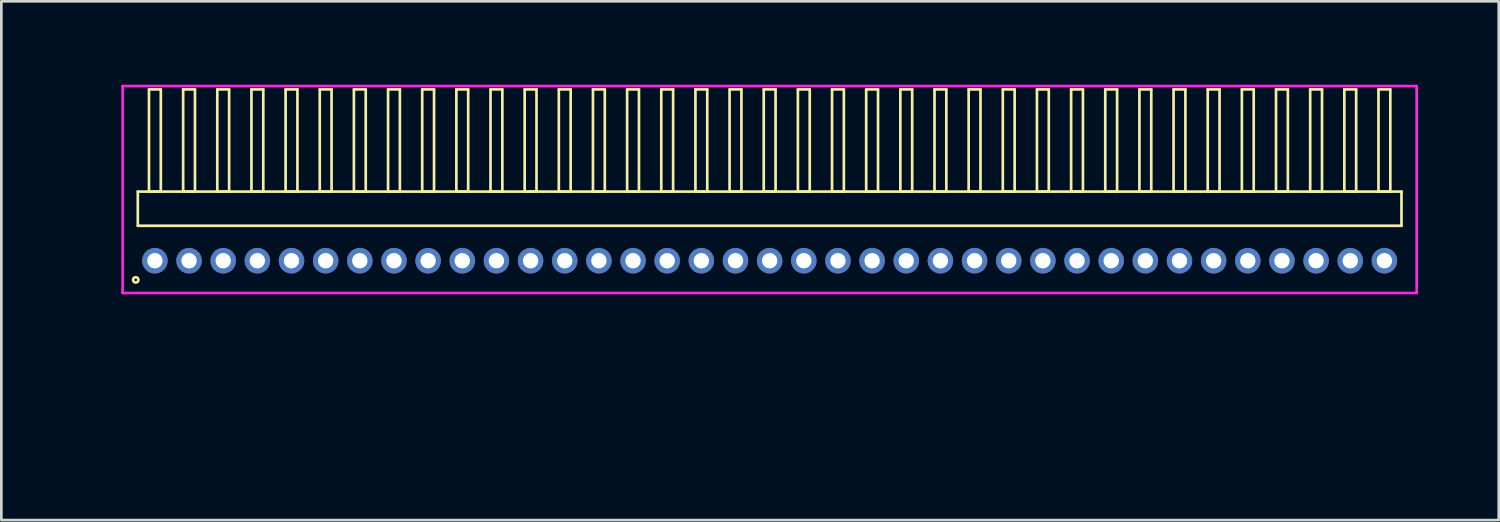
<source format=kicad_pcb>
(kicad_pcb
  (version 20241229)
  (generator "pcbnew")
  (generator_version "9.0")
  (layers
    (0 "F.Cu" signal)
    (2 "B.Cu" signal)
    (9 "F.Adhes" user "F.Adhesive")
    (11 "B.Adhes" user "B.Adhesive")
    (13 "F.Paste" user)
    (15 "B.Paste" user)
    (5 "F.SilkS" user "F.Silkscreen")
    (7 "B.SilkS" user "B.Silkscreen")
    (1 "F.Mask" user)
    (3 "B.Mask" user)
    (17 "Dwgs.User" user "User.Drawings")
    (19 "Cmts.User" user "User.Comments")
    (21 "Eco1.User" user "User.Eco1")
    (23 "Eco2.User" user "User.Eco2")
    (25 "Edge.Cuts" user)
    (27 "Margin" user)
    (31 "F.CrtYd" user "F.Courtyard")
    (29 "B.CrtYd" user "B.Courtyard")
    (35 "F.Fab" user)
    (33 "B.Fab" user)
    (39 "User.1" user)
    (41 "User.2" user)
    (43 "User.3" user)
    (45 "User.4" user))
  (footprint "HDR_RA127P37x1"
    (layer "F.Cu")
    (at 25.57 6.645)
    (property "Reference" "HDR_RA127P37x1" (at -24.81 0 90) (layer "User.1") (effects (font (size 1 1) (thickness 0.1))))
    (attr through_hole)
    (fp_line (start -23.495 -2.57) (end -23.495 -1.3) (stroke (width 0.1) (type solid)) (layer "F.SilkS"))
    (fp_line (start -23.495 -1.3) (end 23.495 -1.3) (stroke (width 0.1) (type solid)) (layer "F.SilkS"))
    (fp_line (start -23.08 -6.37) (end -23.08 -2.57) (stroke (width 0.1) (type solid)) (layer "F.SilkS"))
    (fp_line (start -23.08 -2.57) (end -22.64 -2.57) (stroke (width 0.1) (type solid)) (layer "F.SilkS"))
    (fp_line (start -22.64 -6.37) (end -23.08 -6.37) (stroke (width 0.1) (type solid)) (layer "F.SilkS"))
    (fp_line (start -22.64 -2.57) (end -22.64 -6.37) (stroke (width 0.1) (type solid)) (layer "F.SilkS"))
    (fp_line (start -21.81 -6.37) (end -21.81 -2.57) (stroke (width 0.1) (type solid)) (layer "F.SilkS"))
    (fp_line (start -21.81 -2.57) (end -21.37 -2.57) (stroke (width 0.1) (type solid)) (layer "F.SilkS"))
    (fp_line (start -21.37 -6.37) (end -21.81 -6.37) (stroke (width 0.1) (type solid)) (layer "F.SilkS"))
    (fp_line (start -21.37 -2.57) (end -21.37 -6.37) (stroke (width 0.1) (type solid)) (layer "F.SilkS"))
    (fp_line (start -20.54 -6.37) (end -20.54 -2.57) (stroke (width 0.1) (type solid)) (layer "F.SilkS"))
    (fp_line (start -20.54 -2.57) (end -20.1 -2.57) (stroke (width 0.1) (type solid)) (layer "F.SilkS"))
    (fp_line (start -20.1 -6.37) (end -20.54 -6.37) (stroke (width 0.1) (type solid)) (layer "F.SilkS"))
    (fp_line (start -20.1 -2.57) (end -20.1 -6.37) (stroke (width 0.1) (type solid)) (layer "F.SilkS"))
    (fp_line (start -19.27 -6.37) (end -19.27 -2.57) (stroke (width 0.1) (type solid)) (layer "F.SilkS"))
    (fp_line (start -19.27 -2.57) (end -18.83 -2.57) (stroke (width 0.1) (type solid)) (layer "F.SilkS"))
    (fp_line (start -18.83 -6.37) (end -19.27 -6.37) (stroke (width 0.1) (type solid)) (layer "F.SilkS"))
    (fp_line (start -18.83 -2.57) (end -18.83 -6.37) (stroke (width 0.1) (type solid)) (layer "F.SilkS"))
    (fp_line (start -18 -6.37) (end -18 -2.57) (stroke (width 0.1) (type solid)) (layer "F.SilkS"))
    (fp_line (start -18 -2.57) (end -17.56 -2.57) (stroke (width 0.1) (type solid)) (layer "F.SilkS"))
    (fp_line (start -17.56 -6.37) (end -18 -6.37) (stroke (width 0.1) (type solid)) (layer "F.SilkS"))
    (fp_line (start -17.56 -2.57) (end -17.56 -6.37) (stroke (width 0.1) (type solid)) (layer "F.SilkS"))
    (fp_line (start -16.73 -6.37) (end -16.73 -2.57) (stroke (width 0.1) (type solid)) (layer "F.SilkS"))
    (fp_line (start -16.73 -2.57) (end -16.29 -2.57) (stroke (width 0.1) (type solid)) (layer "F.SilkS"))
    (fp_line (start -16.29 -6.37) (end -16.73 -6.37) (stroke (width 0.1) (type solid)) (layer "F.SilkS"))
    (fp_line (start -16.29 -2.57) (end -16.29 -6.37) (stroke (width 0.1) (type solid)) (layer "F.SilkS"))
    (fp_line (start -15.46 -6.37) (end -15.46 -2.57) (stroke (width 0.1) (type solid)) (layer "F.SilkS"))
    (fp_line (start -15.46 -2.57) (end -15.02 -2.57) (stroke (width 0.1) (type solid)) (layer "F.SilkS"))
    (fp_line (start -15.02 -6.37) (end -15.46 -6.37) (stroke (width 0.1) (type solid)) (layer "F.SilkS"))
    (fp_line (start -15.02 -2.57) (end -15.02 -6.37) (stroke (width 0.1) (type solid)) (layer "F.SilkS"))
    (fp_line (start -14.19 -6.37) (end -14.19 -2.57) (stroke (width 0.1) (type solid)) (layer "F.SilkS"))
    (fp_line (start -14.19 -2.57) (end -13.75 -2.57) (stroke (width 0.1) (type solid)) (layer "F.SilkS"))
    (fp_line (start -13.75 -6.37) (end -14.19 -6.37) (stroke (width 0.1) (type solid)) (layer "F.SilkS"))
    (fp_line (start -13.75 -2.57) (end -13.75 -6.37) (stroke (width 0.1) (type solid)) (layer "F.SilkS"))
    (fp_line (start -12.92 -6.37) (end -12.92 -2.57) (stroke (width 0.1) (type solid)) (layer "F.SilkS"))
    (fp_line (start -12.92 -2.57) (end -12.48 -2.57) (stroke (width 0.1) (type solid)) (layer "F.SilkS"))
    (fp_line (start -12.48 -6.37) (end -12.92 -6.37) (stroke (width 0.1) (type solid)) (layer "F.SilkS"))
    (fp_line (start -12.48 -2.57) (end -12.48 -6.37) (stroke (width 0.1) (type solid)) (layer "F.SilkS"))
    (fp_line (start -11.65 -6.37) (end -11.65 -2.57) (stroke (width 0.1) (type solid)) (layer "F.SilkS"))
    (fp_line (start -11.65 -2.57) (end -11.21 -2.57) (stroke (width 0.1) (type solid)) (layer "F.SilkS"))
    (fp_line (start -11.21 -6.37) (end -11.65 -6.37) (stroke (width 0.1) (type solid)) (layer "F.SilkS"))
    (fp_line (start -11.21 -2.57) (end -11.21 -6.37) (stroke (width 0.1) (type solid)) (layer "F.SilkS"))
    (fp_line (start -10.38 -6.37) (end -10.38 -2.57) (stroke (width 0.1) (type solid)) (layer "F.SilkS"))
    (fp_line (start -10.38 -2.57) (end -9.94 -2.57) (stroke (width 0.1) (type solid)) (layer "F.SilkS"))
    (fp_line (start -9.94 -6.37) (end -10.38 -6.37) (stroke (width 0.1) (type solid)) (layer "F.SilkS"))
    (fp_line (start -9.94 -2.57) (end -9.94 -6.37) (stroke (width 0.1) (type solid)) (layer "F.SilkS"))
    (fp_line (start -9.11 -6.37) (end -9.11 -2.57) (stroke (width 0.1) (type solid)) (layer "F.SilkS"))
    (fp_line (start -9.11 -2.57) (end -8.67 -2.57) (stroke (width 0.1) (type solid)) (layer "F.SilkS"))
    (fp_line (start -8.67 -6.37) (end -9.11 -6.37) (stroke (width 0.1) (type solid)) (layer "F.SilkS"))
    (fp_line (start -8.67 -2.57) (end -8.67 -6.37) (stroke (width 0.1) (type solid)) (layer "F.SilkS"))
    (fp_line (start -7.84 -6.37) (end -7.84 -2.57) (stroke (width 0.1) (type solid)) (layer "F.SilkS"))
    (fp_line (start -7.84 -2.57) (end -7.4 -2.57) (stroke (width 0.1) (type solid)) (layer "F.SilkS"))
    (fp_line (start -7.4 -6.37) (end -7.84 -6.37) (stroke (width 0.1) (type solid)) (layer "F.SilkS"))
    (fp_line (start -7.4 -2.57) (end -7.4 -6.37) (stroke (width 0.1) (type solid)) (layer "F.SilkS"))
    (fp_line (start -6.57 -6.37) (end -6.57 -2.57) (stroke (width 0.1) (type solid)) (layer "F.SilkS"))
    (fp_line (start -6.57 -2.57) (end -6.13 -2.57) (stroke (width 0.1) (type solid)) (layer "F.SilkS"))
    (fp_line (start -6.13 -6.37) (end -6.57 -6.37) (stroke (width 0.1) (type solid)) (layer "F.SilkS"))
    (fp_line (start -6.13 -2.57) (end -6.13 -6.37) (stroke (width 0.1) (type solid)) (layer "F.SilkS"))
    (fp_line (start -5.3 -6.37) (end -5.3 -2.57) (stroke (width 0.1) (type solid)) (layer "F.SilkS"))
    (fp_line (start -5.3 -2.57) (end -4.86 -2.57) (stroke (width 0.1) (type solid)) (layer "F.SilkS"))
    (fp_line (start -4.86 -6.37) (end -5.3 -6.37) (stroke (width 0.1) (type solid)) (layer "F.SilkS"))
    (fp_line (start -4.86 -2.57) (end -4.86 -6.37) (stroke (width 0.1) (type solid)) (layer "F.SilkS"))
    (fp_line (start -4.03 -6.37) (end -4.03 -2.57) (stroke (width 0.1) (type solid)) (layer "F.SilkS"))
    (fp_line (start -4.03 -2.57) (end -3.59 -2.57) (stroke (width 0.1) (type solid)) (layer "F.SilkS"))
    (fp_line (start -3.59 -6.37) (end -4.03 -6.37) (stroke (width 0.1) (type solid)) (layer "F.SilkS"))
    (fp_line (start -3.59 -2.57) (end -3.59 -6.37) (stroke (width 0.1) (type solid)) (layer "F.SilkS"))
    (fp_line (start -2.76 -6.37) (end -2.76 -2.57) (stroke (width 0.1) (type solid)) (layer "F.SilkS"))
    (fp_line (start -2.76 -2.57) (end -2.32 -2.57) (stroke (width 0.1) (type solid)) (layer "F.SilkS"))
    (fp_line (start -2.32 -6.37) (end -2.76 -6.37) (stroke (width 0.1) (type solid)) (layer "F.SilkS"))
    (fp_line (start -2.32 -2.57) (end -2.32 -6.37) (stroke (width 0.1) (type solid)) (layer "F.SilkS"))
    (fp_line (start -1.49 -6.37) (end -1.49 -2.57) (stroke (width 0.1) (type solid)) (layer "F.SilkS"))
    (fp_line (start -1.49 -2.57) (end -1.05 -2.57) (stroke (width 0.1) (type solid)) (layer "F.SilkS"))
    (fp_line (start -1.05 -6.37) (end -1.49 -6.37) (stroke (width 0.1) (type solid)) (layer "F.SilkS"))
    (fp_line (start -1.05 -2.57) (end -1.05 -6.37) (stroke (width 0.1) (type solid)) (layer "F.SilkS"))
    (fp_line (start -0.22 -6.37) (end -0.22 -2.57) (stroke (width 0.1) (type solid)) (layer "F.SilkS"))
    (fp_line (start -0.22 -2.57) (end 0.22 -2.57) (stroke (width 0.1) (type solid)) (layer "F.SilkS"))
    (fp_line (start 0.22 -6.37) (end -0.22 -6.37) (stroke (width 0.1) (type solid)) (layer "F.SilkS"))
    (fp_line (start 0.22 -2.57) (end 0.22 -6.37) (stroke (width 0.1) (type solid)) (layer "F.SilkS"))
    (fp_line (start 1.05 -6.37) (end 1.05 -2.57) (stroke (width 0.1) (type solid)) (layer "F.SilkS"))
    (fp_line (start 1.05 -2.57) (end 1.49 -2.57) (stroke (width 0.1) (type solid)) (layer "F.SilkS"))
    (fp_line (start 1.49 -6.37) (end 1.05 -6.37) (stroke (width 0.1) (type solid)) (layer "F.SilkS"))
    (fp_line (start 1.49 -2.57) (end 1.49 -6.37) (stroke (width 0.1) (type solid)) (layer "F.SilkS"))
    (fp_line (start 2.32 -6.37) (end 2.32 -2.57) (stroke (width 0.1) (type solid)) (layer "F.SilkS"))
    (fp_line (start 2.32 -2.57) (end 2.76 -2.57) (stroke (width 0.1) (type solid)) (layer "F.SilkS"))
    (fp_line (start 2.76 -6.37) (end 2.32 -6.37) (stroke (width 0.1) (type solid)) (layer "F.SilkS"))
    (fp_line (start 2.76 -2.57) (end 2.76 -6.37) (stroke (width 0.1) (type solid)) (layer "F.SilkS"))
    (fp_line (start 3.59 -6.37) (end 3.59 -2.57) (stroke (width 0.1) (type solid)) (layer "F.SilkS"))
    (fp_line (start 3.59 -2.57) (end 4.03 -2.57) (stroke (width 0.1) (type solid)) (layer "F.SilkS"))
    (fp_line (start 4.03 -6.37) (end 3.59 -6.37) (stroke (width 0.1) (type solid)) (layer "F.SilkS"))
    (fp_line (start 4.03 -2.57) (end 4.03 -6.37) (stroke (width 0.1) (type solid)) (layer "F.SilkS"))
    (fp_line (start 4.86 -6.37) (end 4.86 -2.57) (stroke (width 0.1) (type solid)) (layer "F.SilkS"))
    (fp_line (start 4.86 -2.57) (end 5.3 -2.57) (stroke (width 0.1) (type solid)) (layer "F.SilkS"))
    (fp_line (start 5.3 -6.37) (end 4.86 -6.37) (stroke (width 0.1) (type solid)) (layer "F.SilkS"))
    (fp_line (start 5.3 -2.57) (end 5.3 -6.37) (stroke (width 0.1) (type solid)) (layer "F.SilkS"))
    (fp_line (start 6.13 -6.37) (end 6.13 -2.57) (stroke (width 0.1) (type solid)) (layer "F.SilkS"))
    (fp_line (start 6.13 -2.57) (end 6.57 -2.57) (stroke (width 0.1) (type solid)) (layer "F.SilkS"))
    (fp_line (start 6.57 -6.37) (end 6.13 -6.37) (stroke (width 0.1) (type solid)) (layer "F.SilkS"))
    (fp_line (start 6.57 -2.57) (end 6.57 -6.37) (stroke (width 0.1) (type solid)) (layer "F.SilkS"))
    (fp_line (start 7.4 -6.37) (end 7.4 -2.57) (stroke (width 0.1) (type solid)) (layer "F.SilkS"))
    (fp_line (start 7.4 -2.57) (end 7.84 -2.57) (stroke (width 0.1) (type solid)) (layer "F.SilkS"))
    (fp_line (start 7.84 -6.37) (end 7.4 -6.37) (stroke (width 0.1) (type solid)) (layer "F.SilkS"))
    (fp_line (start 7.84 -2.57) (end 7.84 -6.37) (stroke (width 0.1) (type solid)) (layer "F.SilkS"))
    (fp_line (start 8.67 -6.37) (end 8.67 -2.57) (stroke (width 0.1) (type solid)) (layer "F.SilkS"))
    (fp_line (start 8.67 -2.57) (end 9.11 -2.57) (stroke (width 0.1) (type solid)) (layer "F.SilkS"))
    (fp_line (start 9.11 -6.37) (end 8.67 -6.37) (stroke (width 0.1) (type solid)) (layer "F.SilkS"))
    (fp_line (start 9.11 -2.57) (end 9.11 -6.37) (stroke (width 0.1) (type solid)) (layer "F.SilkS"))
    (fp_line (start 9.94 -6.37) (end 9.94 -2.57) (stroke (width 0.1) (type solid)) (layer "F.SilkS"))
    (fp_line (start 9.94 -2.57) (end 10.38 -2.57) (stroke (width 0.1) (type solid)) (layer "F.SilkS"))
    (fp_line (start 10.38 -6.37) (end 9.94 -6.37) (stroke (width 0.1) (type solid)) (layer "F.SilkS"))
    (fp_line (start 10.38 -2.57) (end 10.38 -6.37) (stroke (width 0.1) (type solid)) (layer "F.SilkS"))
    (fp_line (start 11.21 -6.37) (end 11.21 -2.57) (stroke (width 0.1) (type solid)) (layer "F.SilkS"))
    (fp_line (start 11.21 -2.57) (end 11.65 -2.57) (stroke (width 0.1) (type solid)) (layer "F.SilkS"))
    (fp_line (start 11.65 -6.37) (end 11.21 -6.37) (stroke (width 0.1) (type solid)) (layer "F.SilkS"))
    (fp_line (start 11.65 -2.57) (end 11.65 -6.37) (stroke (width 0.1) (type solid)) (layer "F.SilkS"))
    (fp_line (start 12.48 -6.37) (end 12.48 -2.57) (stroke (width 0.1) (type solid)) (layer "F.SilkS"))
    (fp_line (start 12.48 -2.57) (end 12.92 -2.57) (stroke (width 0.1) (type solid)) (layer "F.SilkS"))
    (fp_line (start 12.92 -6.37) (end 12.48 -6.37) (stroke (width 0.1) (type solid)) (layer "F.SilkS"))
    (fp_line (start 12.92 -2.57) (end 12.92 -6.37) (stroke (width 0.1) (type solid)) (layer "F.SilkS"))
    (fp_line (start 13.75 -6.37) (end 13.75 -2.57) (stroke (width 0.1) (type solid)) (layer "F.SilkS"))
    (fp_line (start 13.75 -2.57) (end 14.19 -2.57) (stroke (width 0.1) (type solid)) (layer "F.SilkS"))
    (fp_line (start 14.19 -6.37) (end 13.75 -6.37) (stroke (width 0.1) (type solid)) (layer "F.SilkS"))
    (fp_line (start 14.19 -2.57) (end 14.19 -6.37) (stroke (width 0.1) (type solid)) (layer "F.SilkS"))
    (fp_line (start 15.02 -6.37) (end 15.02 -2.57) (stroke (width 0.1) (type solid)) (layer "F.SilkS"))
    (fp_line (start 15.02 -2.57) (end 15.46 -2.57) (stroke (width 0.1) (type solid)) (layer "F.SilkS"))
    (fp_line (start 15.46 -6.37) (end 15.02 -6.37) (stroke (width 0.1) (type solid)) (layer "F.SilkS"))
    (fp_line (start 15.46 -2.57) (end 15.46 -6.37) (stroke (width 0.1) (type solid)) (layer "F.SilkS"))
    (fp_line (start 16.29 -6.37) (end 16.29 -2.57) (stroke (width 0.1) (type solid)) (layer "F.SilkS"))
    (fp_line (start 16.29 -2.57) (end 16.73 -2.57) (stroke (width 0.1) (type solid)) (layer "F.SilkS"))
    (fp_line (start 16.73 -6.37) (end 16.29 -6.37) (stroke (width 0.1) (type solid)) (layer "F.SilkS"))
    (fp_line (start 16.73 -2.57) (end 16.73 -6.37) (stroke (width 0.1) (type solid)) (layer "F.SilkS"))
    (fp_line (start 17.56 -6.37) (end 17.56 -2.57) (stroke (width 0.1) (type solid)) (layer "F.SilkS"))
    (fp_line (start 17.56 -2.57) (end 18 -2.57) (stroke (width 0.1) (type solid)) (layer "F.SilkS"))
    (fp_line (start 18 -6.37) (end 17.56 -6.37) (stroke (width 0.1) (type solid)) (layer "F.SilkS"))
    (fp_line (start 18 -2.57) (end 18 -6.37) (stroke (width 0.1) (type solid)) (layer "F.SilkS"))
    (fp_line (start 18.83 -6.37) (end 18.83 -2.57) (stroke (width 0.1) (type solid)) (layer "F.SilkS"))
    (fp_line (start 18.83 -2.57) (end 19.27 -2.57) (stroke (width 0.1) (type solid)) (layer "F.SilkS"))
    (fp_line (start 19.27 -6.37) (end 18.83 -6.37) (stroke (width 0.1) (type solid)) (layer "F.SilkS"))
    (fp_line (start 19.27 -2.57) (end 19.27 -6.37) (stroke (width 0.1) (type solid)) (layer "F.SilkS"))
    (fp_line (start 20.1 -6.37) (end 20.1 -2.57) (stroke (width 0.1) (type solid)) (layer "F.SilkS"))
    (fp_line (start 20.1 -2.57) (end 20.54 -2.57) (stroke (width 0.1) (type solid)) (layer "F.SilkS"))
    (fp_line (start 20.54 -6.37) (end 20.1 -6.37) (stroke (width 0.1) (type solid)) (layer "F.SilkS"))
    (fp_line (start 20.54 -2.57) (end 20.54 -6.37) (stroke (width 0.1) (type solid)) (layer "F.SilkS"))
    (fp_line (start 21.37 -6.37) (end 21.37 -2.57) (stroke (width 0.1) (type solid)) (layer "F.SilkS"))
    (fp_line (start 21.37 -2.57) (end 21.81 -2.57) (stroke (width 0.1) (type solid)) (layer "F.SilkS"))
    (fp_line (start 21.81 -6.37) (end 21.37 -6.37) (stroke (width 0.1) (type solid)) (layer "F.SilkS"))
    (fp_line (start 21.81 -2.57) (end 21.81 -6.37) (stroke (width 0.1) (type solid)) (layer "F.SilkS"))
    (fp_line (start 22.64 -6.37) (end 22.64 -2.57) (stroke (width 0.1) (type solid)) (layer "F.SilkS"))
    (fp_line (start 22.64 -2.57) (end 23.08 -2.57) (stroke (width 0.1) (type solid)) (layer "F.SilkS"))
    (fp_line (start 23.08 -6.37) (end 22.64 -6.37) (stroke (width 0.1) (type solid)) (layer "F.SilkS"))
    (fp_line (start 23.08 -2.57) (end 23.08 -6.37) (stroke (width 0.1) (type solid)) (layer "F.SilkS"))
    (fp_line (start 23.495 -2.57) (end -23.495 -2.57) (stroke (width 0.1) (type solid)) (layer "F.SilkS"))
    (fp_line (start 23.495 -1.3) (end 23.495 -2.57) (stroke (width 0.1) (type solid)) (layer "F.SilkS"))
    (fp_circle (center -23.573 0.712) (end -23.473 0.712) (stroke (width 0.1) (type solid)) (fill no) (layer "F.SilkS"))
    (fp_line (start -24.06 -6.495) (end -24.06 1.2) (stroke (width 0.1) (type solid)) (layer "F.CrtYd"))
    (fp_line (start -24.06 1.2) (end 24.06 1.2) (stroke (width 0.1) (type solid)) (layer "F.CrtYd"))
    (fp_line (start 24.06 -6.495) (end -24.06 -6.495) (stroke (width 0.1) (type solid)) (layer "F.CrtYd"))
    (fp_line (start 24.06 1.2) (end 24.06 -6.495) (stroke (width 0.1) (type solid)) (layer "F.CrtYd"))
    (pad "1" thru_hole oval (at -22.86 0) (size 0.95 0.95) (drill 0.57) (layers "*.Cu" "*.Mask"))
    (pad "2" thru_hole oval (at -21.59 0) (size 0.95 0.95) (drill 0.57) (layers "*.Cu" "*.Mask"))
    (pad "3" thru_hole oval (at -20.32 0) (size 0.95 0.95) (drill 0.57) (layers "*.Cu" "*.Mask"))
    (pad "4" thru_hole oval (at -19.05 0) (size 0.95 0.95) (drill 0.57) (layers "*.Cu" "*.Mask"))
    (pad "5" thru_hole oval (at -17.78 0) (size 0.95 0.95) (drill 0.57) (layers "*.Cu" "*.Mask"))
    (pad "6" thru_hole oval (at -16.51 0) (size 0.95 0.95) (drill 0.57) (layers "*.Cu" "*.Mask"))
    (pad "7" thru_hole oval (at -15.24 0) (size 0.95 0.95) (drill 0.57) (layers "*.Cu" "*.Mask"))
    (pad "8" thru_hole oval (at -13.97 0) (size 0.95 0.95) (drill 0.57) (layers "*.Cu" "*.Mask"))
    (pad "9" thru_hole oval (at -12.7 0) (size 0.95 0.95) (drill 0.57) (layers "*.Cu" "*.Mask"))
    (pad "10" thru_hole oval (at -11.43 0) (size 0.95 0.95) (drill 0.57) (layers "*.Cu" "*.Mask"))
    (pad "11" thru_hole oval (at -10.16 0) (size 0.95 0.95) (drill 0.57) (layers "*.Cu" "*.Mask"))
    (pad "12" thru_hole oval (at -8.89 0) (size 0.95 0.95) (drill 0.57) (layers "*.Cu" "*.Mask"))
    (pad "13" thru_hole oval (at -7.62 0) (size 0.95 0.95) (drill 0.57) (layers "*.Cu" "*.Mask"))
    (pad "14" thru_hole oval (at -6.35 0) (size 0.95 0.95) (drill 0.57) (layers "*.Cu" "*.Mask"))
    (pad "15" thru_hole oval (at -5.08 0) (size 0.95 0.95) (drill 0.57) (layers "*.Cu" "*.Mask"))
    (pad "16" thru_hole oval (at -3.81 0) (size 0.95 0.95) (drill 0.57) (layers "*.Cu" "*.Mask"))
    (pad "17" thru_hole oval (at -2.54 0) (size 0.95 0.95) (drill 0.57) (layers "*.Cu" "*.Mask"))
    (pad "18" thru_hole oval (at -1.27 0) (size 0.95 0.95) (drill 0.57) (layers "*.Cu" "*.Mask"))
    (pad "19" thru_hole oval (at 0 0) (size 0.95 0.95) (drill 0.57) (layers "*.Cu" "*.Mask"))
    (pad "20" thru_hole oval (at 1.27 0) (size 0.95 0.95) (drill 0.57) (layers "*.Cu" "*.Mask"))
    (pad "21" thru_hole oval (at 2.54 0) (size 0.95 0.95) (drill 0.57) (layers "*.Cu" "*.Mask"))
    (pad "22" thru_hole oval (at 3.81 0) (size 0.95 0.95) (drill 0.57) (layers "*.Cu" "*.Mask"))
    (pad "23" thru_hole oval (at 5.08 0) (size 0.95 0.95) (drill 0.57) (layers "*.Cu" "*.Mask"))
    (pad "24" thru_hole oval (at 6.35 0) (size 0.95 0.95) (drill 0.57) (layers "*.Cu" "*.Mask"))
    (pad "25" thru_hole oval (at 7.62 0) (size 0.95 0.95) (drill 0.57) (layers "*.Cu" "*.Mask"))
    (pad "26" thru_hole oval (at 8.89 0) (size 0.95 0.95) (drill 0.57) (layers "*.Cu" "*.Mask"))
    (pad "27" thru_hole oval (at 10.16 0) (size 0.95 0.95) (drill 0.57) (layers "*.Cu" "*.Mask"))
    (pad "28" thru_hole oval (at 11.43 0) (size 0.95 0.95) (drill 0.57) (layers "*.Cu" "*.Mask"))
    (pad "29" thru_hole oval (at 12.7 0) (size 0.95 0.95) (drill 0.57) (layers "*.Cu" "*.Mask"))
    (pad "30" thru_hole oval (at 13.97 0) (size 0.95 0.95) (drill 0.57) (layers "*.Cu" "*.Mask"))
    (pad "31" thru_hole oval (at 15.24 0) (size 0.95 0.95) (drill 0.57) (layers "*.Cu" "*.Mask"))
    (pad "32" thru_hole oval (at 16.51 0) (size 0.95 0.95) (drill 0.57) (layers "*.Cu" "*.Mask"))
    (pad "33" thru_hole oval (at 17.78 0) (size 0.95 0.95) (drill 0.57) (layers "*.Cu" "*.Mask"))
    (pad "34" thru_hole oval (at 19.05 0) (size 0.95 0.95) (drill 0.57) (layers "*.Cu" "*.Mask"))
    (pad "35" thru_hole oval (at 20.32 0) (size 0.95 0.95) (drill 0.57) (layers "*.Cu" "*.Mask"))
    (pad "36" thru_hole oval (at 21.59 0) (size 0.95 0.95) (drill 0.57) (layers "*.Cu" "*.Mask"))
    (pad "37" thru_hole oval (at 22.86 0) (size 0.95 0.95) (drill 0.57) (layers "*.Cu" "*.Mask")))
  (gr_rect
    (start -3 -3)
    (end 52.681 16.29)
    (stroke (width 0.1) (type default))
    (fill no)
    (layer "Edge.Cuts")))
</source>
